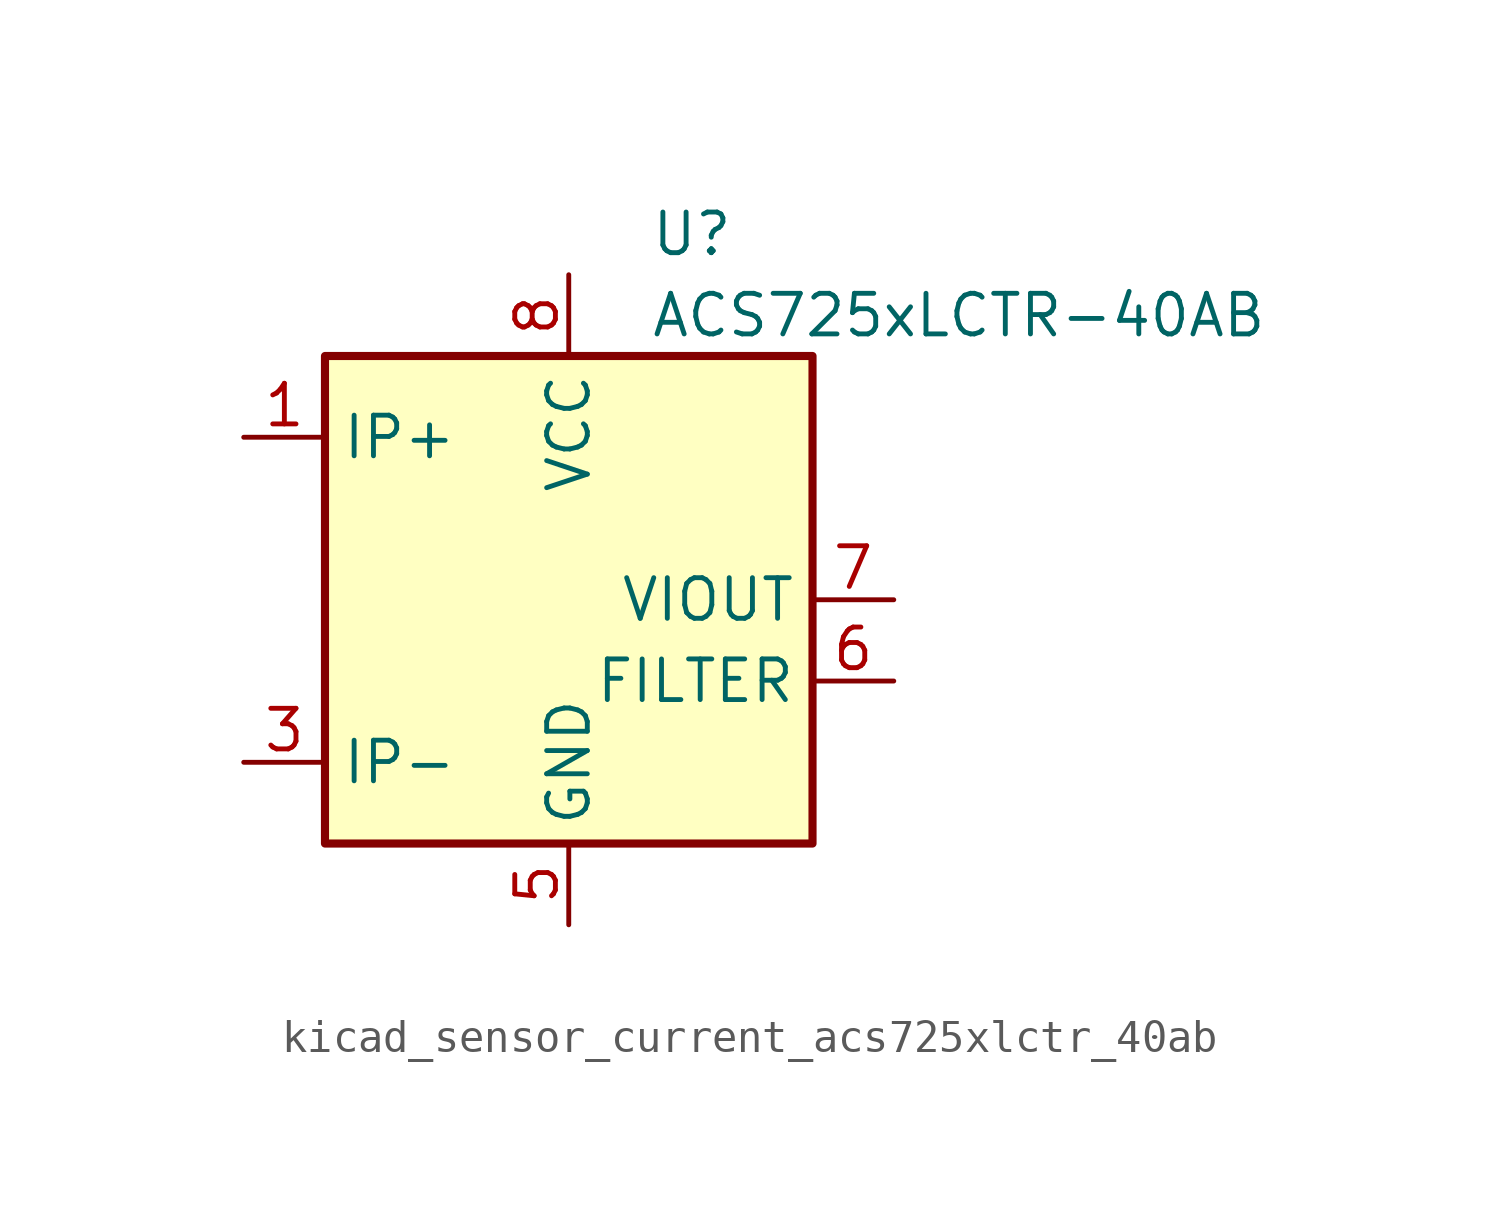
<source format=kicad_sym>
(kicad_symbol_lib
  (version 20220914)
  (generator kicad_symbol_editor)
  (symbol "kicad_sensor_current_acs725xlctr_40ab"
    (property "Reference" "U"
      (at 2.54 11.43 0)
      (effects (font (size 1.27 1.27)) (justify left)))
    (property "Value" "ACS725xLCTR-40AB"
      (at 2.54 8.89 0)
      (effects (font (size 1.27 1.27)) (justify left)))
    (symbol "kicad_sensor_current_acs725xlctr_40ab_0_1"
      (rectangle (start -7.62 7.62) (end 7.62 -7.62) (stroke (width 0.254) (type default)) (fill (type background))))
    (symbol "kicad_sensor_current_acs725xlctr_40ab_1_1"
      (pin passive line (at -10.16 5.08 0) (length 2.54) (name "IP+" (effects (font (size 1.27 1.27)))) (number "1" (effects (font (size 1.27 1.27)))))
      (pin passive line (at -10.16 5.08 0) (length 2.54) hide (name "IP+" (effects (font (size 1.27 1.27)))) (number "2" (effects (font (size 1.27 1.27)))))
      (pin passive line (at -10.16 -5.08 0) (length 2.54) (name "IP-" (effects (font (size 1.27 1.27)))) (number "3" (effects (font (size 1.27 1.27)))))
      (pin passive line (at -10.16 -5.08 0) (length 2.54) hide (name "IP-" (effects (font (size 1.27 1.27)))) (number "4" (effects (font (size 1.27 1.27)))))
      (pin power_in line (at 0 -10.16 90) (length 2.54) (name "GND" (effects (font (size 1.27 1.27)))) (number "5" (effects (font (size 1.27 1.27)))))
      (pin passive line (at 10.16 -2.54 180) (length 2.54) (name "FILTER" (effects (font (size 1.27 1.27)))) (number "6" (effects (font (size 1.27 1.27)))))
      (pin output line (at 10.16 0 180) (length 2.54) (name "VIOUT" (effects (font (size 1.27 1.27)))) (number "7" (effects (font (size 1.27 1.27)))))
      (pin power_in line (at 0 10.16 270) (length 2.54) (name "VCC" (effects (font (size 1.27 1.27)))) (number "8" (effects (font (size 1.27 1.27))))))))
</source>
